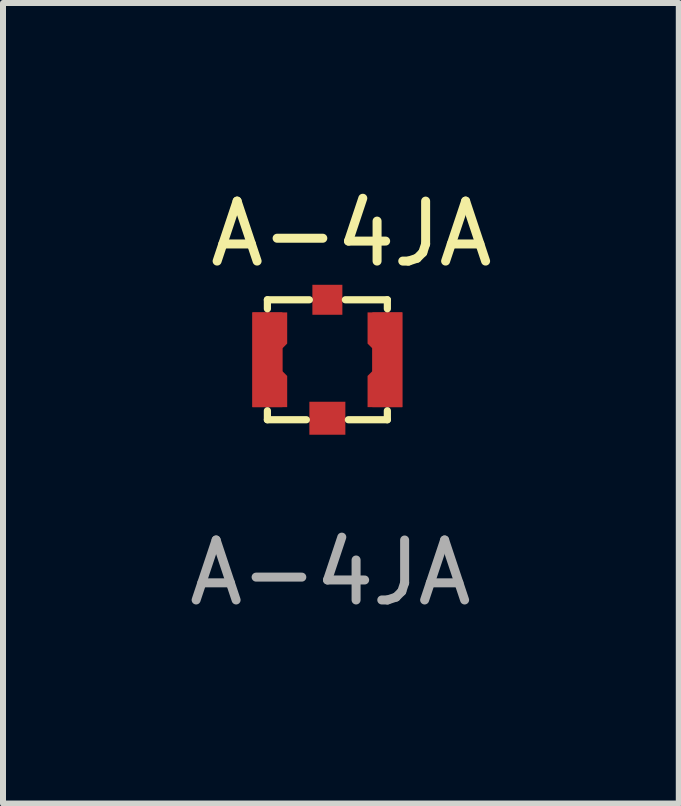
<source format=kicad_pcb>
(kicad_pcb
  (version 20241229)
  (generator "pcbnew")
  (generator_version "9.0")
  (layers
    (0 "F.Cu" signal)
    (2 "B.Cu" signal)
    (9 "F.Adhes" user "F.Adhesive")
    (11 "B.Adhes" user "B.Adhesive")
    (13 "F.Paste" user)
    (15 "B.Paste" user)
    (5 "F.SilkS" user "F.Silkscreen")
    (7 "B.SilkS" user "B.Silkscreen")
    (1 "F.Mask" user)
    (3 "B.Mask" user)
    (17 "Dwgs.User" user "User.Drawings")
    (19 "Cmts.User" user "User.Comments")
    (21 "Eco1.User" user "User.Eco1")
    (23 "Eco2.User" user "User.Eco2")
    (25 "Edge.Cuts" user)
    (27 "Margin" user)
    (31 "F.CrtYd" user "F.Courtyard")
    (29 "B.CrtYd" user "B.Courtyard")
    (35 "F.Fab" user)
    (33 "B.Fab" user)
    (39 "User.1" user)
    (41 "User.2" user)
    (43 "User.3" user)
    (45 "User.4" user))
  (footprint "A-4JA"
    (layer "F.Cu")
    (at 2.408 2.948)
    (property "Reference" "A-4JA" (at 0.4 -2.1 0) (unlocked yes) (layer "F.SilkS") (effects (font (size 1 1) (thickness 0.15))))
    (attr smd)
    (fp_poly (pts (xy -0.67 -0.27) (xy -0.75 -0.19) (xy -0.75 0.19) (xy -0.67 0.27) (xy -0.67 0.79) (xy -1.25 0.79) (xy -1.25 -0.79) (xy -0.67 -0.79)) (stroke (width 0) (type solid)) (fill yes) (layer "F.Cu"))
    (fp_poly (pts (xy 0.67 0.27) (xy 0.75 0.19) (xy 0.75 -0.19) (xy 0.67 -0.27) (xy 0.67 -0.79) (xy 1.25 -0.79) (xy 1.25 0.79) (xy 0.67 0.79)) (stroke (width 0) (type solid)) (fill yes) (layer "F.Cu"))
    (fp_poly (pts (xy -0.67 -0.27) (xy -0.75 -0.19) (xy -0.75 0.19) (xy -0.67 0.27) (xy -0.67 0.79) (xy -1.25 0.79) (xy -1.25 -0.79) (xy -0.67 -0.79)) (stroke (width 0) (type solid)) (fill yes) (layer "F.Mask"))
    (fp_poly (pts (xy 0.67 0.27) (xy 0.75 0.19) (xy 0.75 -0.19) (xy 0.67 -0.27) (xy 0.67 -0.79) (xy 1.25 -0.79) (xy 1.25 0.79) (xy 0.67 0.79)) (stroke (width 0) (type solid)) (fill yes) (layer "F.Mask"))
    (fp_line (start -1 -1) (end -1 -0.85) (stroke (width 0.12) (type solid)) (layer "F.SilkS"))
    (fp_line (start -1 1) (end -1 0.85) (stroke (width 0.12) (type solid)) (layer "F.SilkS"))
    (fp_line (start -0.35 1) (end -1 1) (stroke (width 0.12) (type solid)) (layer "F.SilkS"))
    (fp_line (start -0.3 -1) (end -1 -1) (stroke (width 0.12) (type solid)) (layer "F.SilkS"))
    (fp_line (start 0.3 -1) (end 1 -1) (stroke (width 0.12) (type solid)) (layer "F.SilkS"))
    (fp_line (start 0.35 1) (end 1 1) (stroke (width 0.12) (type solid)) (layer "F.SilkS"))
    (fp_line (start 1 -1) (end 1 -0.85) (stroke (width 0.12) (type solid)) (layer "F.SilkS"))
    (fp_line (start 1 1) (end 1 0.85) (stroke (width 0.12) (type solid)) (layer "F.SilkS"))
    (fp_text user "${REFERENCE}" (at 0.05 3.55 0) (unlocked yes) (layer "F.Fab") (effects (font (size 1 1) (thickness 0.15))))
    (pad "1" smd rect (at 0 0.975) (size 0.6 0.55) (layers "F.Cu" "F.Mask" "F.Paste"))
    (pad "2" smd rect (at -1 0) (size 0.5 1.58) (layers "F.Cu" "F.Paste"))
    (pad "2" smd rect (at 0 -1) (size 0.5 0.5) (layers "F.Cu" "F.Mask" "F.Paste"))
    (pad "2" smd rect (at 1 0.000002 180) (size 0.5 1.58) (layers "F.Cu" "F.Paste")))
  (gr_rect
    (start -3 -3)
    (end 8.267 10.347)
    (stroke (width 0.1) (type default))
    (fill no)
    (layer "Edge.Cuts")))
</source>
